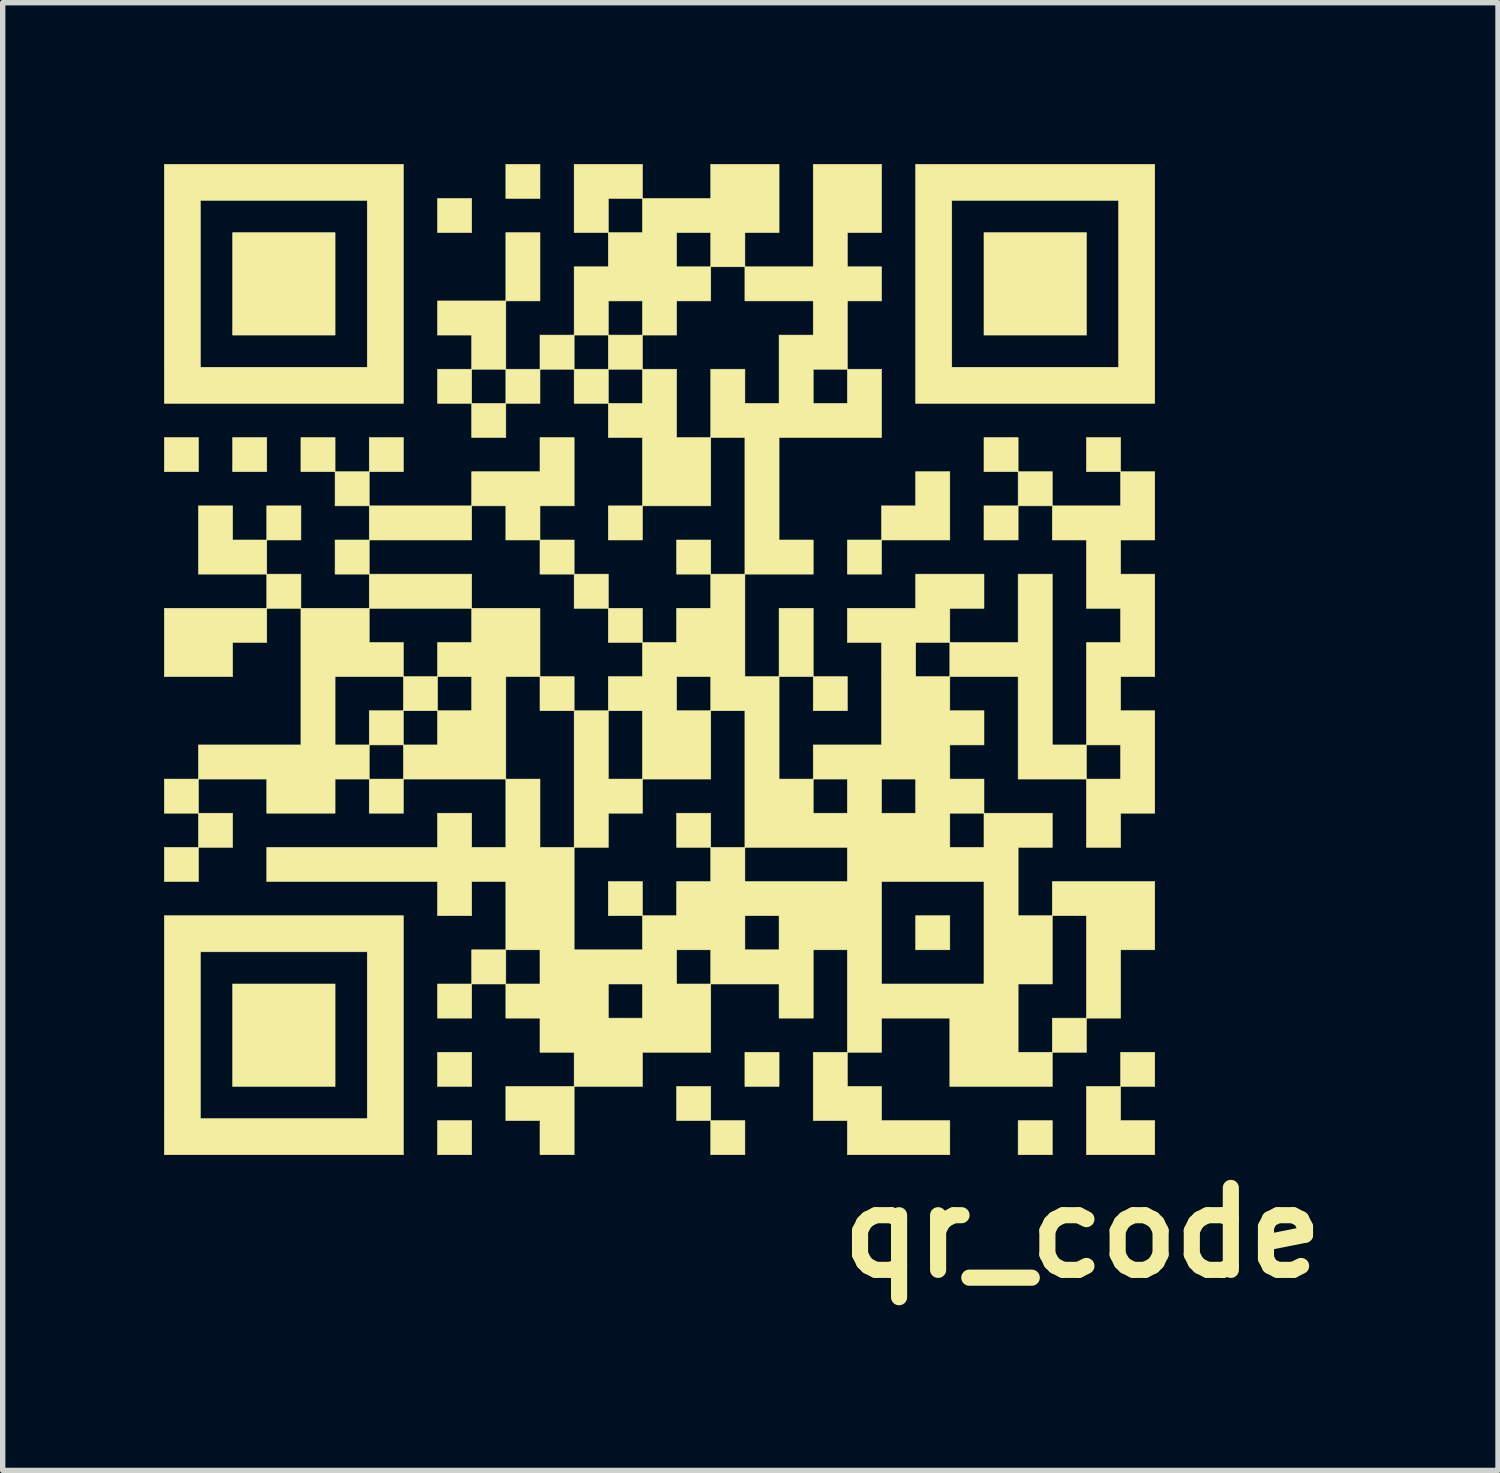
<source format=kicad_pcb>
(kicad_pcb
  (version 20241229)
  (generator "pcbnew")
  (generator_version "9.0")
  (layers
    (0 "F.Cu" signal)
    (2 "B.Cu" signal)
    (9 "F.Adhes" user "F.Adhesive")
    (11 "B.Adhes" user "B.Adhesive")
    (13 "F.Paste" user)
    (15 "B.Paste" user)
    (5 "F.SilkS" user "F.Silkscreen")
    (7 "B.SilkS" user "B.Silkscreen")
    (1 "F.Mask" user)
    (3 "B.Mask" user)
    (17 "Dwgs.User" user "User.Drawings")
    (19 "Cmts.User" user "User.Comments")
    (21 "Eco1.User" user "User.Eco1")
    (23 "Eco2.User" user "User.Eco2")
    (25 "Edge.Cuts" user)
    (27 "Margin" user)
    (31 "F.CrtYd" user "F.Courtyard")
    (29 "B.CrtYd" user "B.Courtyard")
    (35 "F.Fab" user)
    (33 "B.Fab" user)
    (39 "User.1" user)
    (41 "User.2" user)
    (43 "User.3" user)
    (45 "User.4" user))
  (footprint "qr_code"
    (layer "F.Cu")
    (at 9.203 9.203)
    (property "Reference" "qr_code" (at 7.874 10.668 0) (layer "F.SilkS") (effects (font (size 1.524 1.524) (thickness 0.3))))
    (attr through_hole)
    (fp_poly (pts (xy -9.198 2.867) (xy -9.198 2.232) (xy -8.563 2.232) (xy -8.563 2.867) (xy -9.198 2.867)) (stroke (width 0.01) (type solid)) (fill yes) (layer "F.SilkS"))
    (fp_poly (pts (xy -8.563 -3.483) (xy -9.198 -3.483) (xy -9.198 -4.118) (xy -8.563 -4.118) (xy -8.563 -3.483)) (stroke (width 0.01) (type solid)) (fill yes) (layer "F.SilkS"))
    (fp_poly (pts (xy -8.563 2.867) (xy -7.928 2.867) (xy -7.928 3.502) (xy -8.563 3.502) (xy -8.563 2.867)) (stroke (width 0.01) (type solid)) (fill yes) (layer "F.SilkS"))
    (fp_poly (pts (xy -8.563 4.137) (xy -9.198 4.137) (xy -9.198 3.502) (xy -8.563 3.502) (xy -8.563 4.137)) (stroke (width 0.01) (type solid)) (fill yes) (layer "F.SilkS"))
    (fp_poly (pts (xy -7.293 -3.483) (xy -7.928 -3.483) (xy -7.928 -4.118) (xy -7.293 -4.118) (xy -7.293 -3.483)) (stroke (width 0.01) (type solid)) (fill yes) (layer "F.SilkS"))
    (fp_poly (pts (xy -7.293 -2.848) (xy -6.658 -2.848) (xy -6.658 -2.213) (xy -7.293 -2.213) (xy -7.293 -2.848)) (stroke (width 0.01) (type solid)) (fill yes) (layer "F.SilkS"))
    (fp_poly (pts (xy -7.293 -1.578) (xy -6.658 -1.578) (xy -6.658 -0.943) (xy -7.293 -0.943) (xy -7.293 -1.578)) (stroke (width 0.01) (type solid)) (fill yes) (layer "F.SilkS"))
    (fp_poly (pts (xy -6.658 -3.483) (xy -6.658 -4.118) (xy -6.023 -4.118) (xy -6.023 -3.483) (xy -6.658 -3.483)) (stroke (width 0.01) (type solid)) (fill yes) (layer "F.SilkS"))
    (fp_poly (pts (xy -6.023 -6.023) (xy -7.928 -6.023) (xy -7.928 -7.928) (xy -6.023 -7.928) (xy -6.023 -6.023)) (stroke (width 0.01) (type solid)) (fill yes) (layer "F.SilkS"))
    (fp_poly (pts (xy -6.023 -1.578) (xy -6.023 -2.213) (xy -5.388 -2.213) (xy -5.388 -1.578) (xy -6.023 -1.578)) (stroke (width 0.01) (type solid)) (fill yes) (layer "F.SilkS"))
    (fp_poly (pts (xy -6.023 7.947) (xy -7.928 7.947) (xy -7.928 6.042) (xy -6.023 6.042) (xy -6.023 7.947)) (stroke (width 0.01) (type solid)) (fill yes) (layer "F.SilkS"))
    (fp_poly (pts (xy -5.388 -4.118) (xy -4.753 -4.118) (xy -4.753 -3.483) (xy -5.388 -3.483) (xy -5.388 -4.118)) (stroke (width 0.01) (type solid)) (fill yes) (layer "F.SilkS"))
    (fp_poly (pts (xy -5.388 -3.483) (xy -5.388 -2.848) (xy -6.023 -2.848) (xy -6.023 -3.483) (xy -5.388 -3.483)) (stroke (width 0.01) (type solid)) (fill yes) (layer "F.SilkS"))
    (fp_poly (pts (xy -5.388 -2.848) (xy -3.483 -2.848) (xy -3.483 -2.213) (xy -5.388 -2.213) (xy -5.388 -2.848)) (stroke (width 0.01) (type solid)) (fill yes) (layer "F.SilkS"))
    (fp_poly (pts (xy -5.388 -1.578) (xy -3.483 -1.578) (xy -3.483 -0.943) (xy -5.388 -0.943) (xy -5.388 -1.578)) (stroke (width 0.01) (type solid)) (fill yes) (layer "F.SilkS"))
    (fp_poly (pts (xy -4.753 0.327) (xy -4.118 0.327) (xy -4.118 0.962) (xy -4.753 0.962) (xy -4.753 0.327)) (stroke (width 0.01) (type solid)) (fill yes) (layer "F.SilkS"))
    (fp_poly (pts (xy -4.753 1.597) (xy -5.388 1.597) (xy -5.388 0.962) (xy -4.753 0.962) (xy -4.753 1.597)) (stroke (width 0.01) (type solid)) (fill yes) (layer "F.SilkS"))
    (fp_poly (pts (xy -4.753 2.867) (xy -5.388 2.867) (xy -5.388 2.232) (xy -4.753 2.232) (xy -4.753 2.867)) (stroke (width 0.01) (type solid)) (fill yes) (layer "F.SilkS"))
    (fp_poly (pts (xy -3.483 -7.928) (xy -4.118 -7.928) (xy -4.118 -8.563) (xy -3.483 -8.563) (xy -3.483 -7.928)) (stroke (width 0.01) (type solid)) (fill yes) (layer "F.SilkS"))
    (fp_poly (pts (xy -3.483 6.677) (xy -4.118 6.677) (xy -4.118 6.042) (xy -3.483 6.042) (xy -3.483 6.677)) (stroke (width 0.01) (type solid)) (fill yes) (layer "F.SilkS"))
    (fp_poly (pts (xy -3.483 7.947) (xy -4.118 7.947) (xy -4.118 7.312) (xy -3.483 7.312) (xy -3.483 7.947)) (stroke (width 0.01) (type solid)) (fill yes) (layer "F.SilkS"))
    (fp_poly (pts (xy -3.483 9.217) (xy -4.118 9.217) (xy -4.118 8.582) (xy -3.483 8.582) (xy -3.483 9.217)) (stroke (width 0.01) (type solid)) (fill yes) (layer "F.SilkS"))
    (fp_poly (pts (xy -2.848 -7.928) (xy -2.213 -7.928) (xy -2.213 -6.658) (xy -2.848 -6.658) (xy -2.848 -7.928)) (stroke (width 0.01) (type solid)) (fill yes) (layer "F.SilkS"))
    (fp_poly (pts (xy -2.213 -8.563) (xy -2.848 -8.563) (xy -2.848 -9.198) (xy -2.213 -9.198) (xy -2.213 -8.563)) (stroke (width 0.01) (type solid)) (fill yes) (layer "F.SilkS"))
    (fp_poly (pts (xy -2.213 -6.023) (xy -1.578 -6.023) (xy -1.578 -5.388) (xy -2.213 -5.388) (xy -2.213 -6.023)) (stroke (width 0.01) (type solid)) (fill yes) (layer "F.SilkS"))
    (fp_poly (pts (xy -2.213 0.962) (xy -2.213 0.327) (xy -1.578 0.327) (xy -1.578 0.962) (xy -2.213 0.962)) (stroke (width 0.01) (type solid)) (fill yes) (layer "F.SilkS"))
    (fp_poly (pts (xy -1.578 -4.753) (xy -1.578 -5.388) (xy -0.943 -5.388) (xy -0.943 -4.753) (xy -1.578 -4.753)) (stroke (width 0.01) (type solid)) (fill yes) (layer "F.SilkS"))
    (fp_poly (pts (xy -1.578 -2.213) (xy -1.578 -1.578) (xy -2.213 -1.578) (xy -2.213 -2.213) (xy -1.578 -2.213)) (stroke (width 0.01) (type solid)) (fill yes) (layer "F.SilkS"))
    (fp_poly (pts (xy -0.943 -1.578) (xy -0.943 -0.943) (xy -1.578 -0.943) (xy -1.578 -1.578) (xy -0.943 -1.578)) (stroke (width 0.01) (type solid)) (fill yes) (layer "F.SilkS"))
    (fp_poly (pts (xy -0.308 -5.388) (xy -0.943 -5.388) (xy -0.943 -6.023) (xy -0.308 -6.023) (xy -0.308 -5.388)) (stroke (width 0.01) (type solid)) (fill yes) (layer "F.SilkS"))
    (fp_poly (pts (xy -0.308 -2.213) (xy -0.943 -2.213) (xy -0.943 -2.848) (xy -0.308 -2.848) (xy -0.308 -2.213)) (stroke (width 0.01) (type solid)) (fill yes) (layer "F.SilkS"))
    (fp_poly (pts (xy -0.308 -0.943) (xy -0.308 -0.308) (xy -0.943 -0.308) (xy -0.943 -0.943) (xy -0.308 -0.943)) (stroke (width 0.01) (type solid)) (fill yes) (layer "F.SilkS"))
    (fp_poly (pts (xy -0.308 4.772) (xy -0.943 4.772) (xy -0.943 4.137) (xy -0.308 4.137) (xy -0.308 4.772)) (stroke (width 0.01) (type solid)) (fill yes) (layer "F.SilkS"))
    (fp_poly (pts (xy 0.327 -1.578) (xy 0.327 -2.213) (xy 0.962 -2.213) (xy 0.962 -1.578) (xy 0.327 -1.578)) (stroke (width 0.01) (type solid)) (fill yes) (layer "F.SilkS"))
    (fp_poly (pts (xy 0.327 8.582) (xy 0.327 7.947) (xy 0.962 7.947) (xy 0.962 8.582) (xy 0.327 8.582)) (stroke (width 0.01) (type solid)) (fill yes) (layer "F.SilkS"))
    (fp_poly (pts (xy 0.962 3.502) (xy 0.327 3.502) (xy 0.327 2.867) (xy 0.962 2.867) (xy 0.962 3.502)) (stroke (width 0.01) (type solid)) (fill yes) (layer "F.SilkS"))
    (fp_poly (pts (xy 1.597 8.582) (xy 1.597 9.217) (xy 0.962 9.217) (xy 0.962 8.582) (xy 1.597 8.582)) (stroke (width 0.01) (type solid)) (fill yes) (layer "F.SilkS"))
    (fp_poly (pts (xy 2.232 -0.943) (xy 2.867 -0.943) (xy 2.867 0.327) (xy 2.232 0.327) (xy 2.232 -0.943)) (stroke (width 0.01) (type solid)) (fill yes) (layer "F.SilkS"))
    (fp_poly (pts (xy 2.232 7.947) (xy 1.597 7.947) (xy 1.597 7.312) (xy 2.232 7.312) (xy 2.232 7.947)) (stroke (width 0.01) (type solid)) (fill yes) (layer "F.SilkS"))
    (fp_poly (pts (xy 3.502 0.962) (xy 2.867 0.962) (xy 2.867 0.327) (xy 3.502 0.327) (xy 3.502 0.962)) (stroke (width 0.01) (type solid)) (fill yes) (layer "F.SilkS"))
    (fp_poly (pts (xy 4.137 -1.578) (xy 3.502 -1.578) (xy 3.502 -2.213) (xy 4.137 -2.213) (xy 4.137 -1.578)) (stroke (width 0.01) (type solid)) (fill yes) (layer "F.SilkS"))
    (fp_poly (pts (xy 5.407 5.407) (xy 4.772 5.407) (xy 4.772 4.772) (xy 5.407 4.772) (xy 5.407 5.407)) (stroke (width 0.01) (type solid)) (fill yes) (layer "F.SilkS"))
    (fp_poly (pts (xy 6.042 -3.483) (xy 6.042 -4.118) (xy 6.677 -4.118) (xy 6.677 -3.483) (xy 6.042 -3.483)) (stroke (width 0.01) (type solid)) (fill yes) (layer "F.SilkS"))
    (fp_poly (pts (xy 6.677 -3.483) (xy 7.312 -3.483) (xy 7.312 -2.848) (xy 6.677 -2.848) (xy 6.677 -3.483)) (stroke (width 0.01) (type solid)) (fill yes) (layer "F.SilkS"))
    (fp_poly (pts (xy 6.677 -2.213) (xy 6.042 -2.213) (xy 6.042 -2.848) (xy 6.677 -2.848) (xy 6.677 -2.213)) (stroke (width 0.01) (type solid)) (fill yes) (layer "F.SilkS"))
    (fp_poly (pts (xy 7.312 9.217) (xy 6.677 9.217) (xy 6.677 8.582) (xy 7.312 8.582) (xy 7.312 9.217)) (stroke (width 0.01) (type solid)) (fill yes) (layer "F.SilkS"))
    (fp_poly (pts (xy 7.947 -6.023) (xy 6.042 -6.023) (xy 6.042 -7.928) (xy 7.947 -7.928) (xy 7.947 -6.023)) (stroke (width 0.01) (type solid)) (fill yes) (layer "F.SilkS"))
    (fp_poly (pts (xy 7.947 -3.483) (xy 7.947 -4.118) (xy 8.582 -4.118) (xy 8.582 -3.483) (xy 7.947 -3.483)) (stroke (width 0.01) (type solid)) (fill yes) (layer "F.SilkS"))
    (fp_poly (pts (xy 8.582 7.312) (xy 9.217 7.312) (xy 9.217 7.947) (xy 8.582 7.947) (xy 8.582 7.312)) (stroke (width 0.01) (type solid)) (fill yes) (layer "F.SilkS"))
    (fp_poly (pts (xy -7.293 -1.578) (xy -8.563 -1.578) (xy -8.563 -2.848) (xy -7.928 -2.848) (xy -7.928 -2.213) (xy -7.293 -2.213) (xy -7.293 -1.578)) (stroke (width 0.01) (type solid)) (fill yes) (layer "F.SilkS"))
    (fp_poly (pts (xy -7.293 -0.308) (xy -7.928 -0.308) (xy -7.928 0.327) (xy -9.198 0.327) (xy -9.198 -0.943) (xy -7.293 -0.943) (xy -7.293 -0.308)) (stroke (width 0.01) (type solid)) (fill yes) (layer "F.SilkS"))
    (fp_poly (pts (xy -1.578 9.217) (xy -2.213 9.217) (xy -2.213 8.582) (xy -2.848 8.582) (xy -2.848 7.947) (xy -1.578 7.947) (xy -1.578 9.217)) (stroke (width 0.01) (type solid)) (fill yes) (layer "F.SilkS"))
    (fp_poly (pts (xy 4.137 -2.848) (xy 4.772 -2.848) (xy 4.772 -3.483) (xy 5.407 -3.483) (xy 5.407 -2.213) (xy 4.137 -2.213) (xy 4.137 -2.848)) (stroke (width 0.01) (type solid)) (fill yes) (layer "F.SilkS"))
    (fp_poly (pts (xy 8.582 8.582) (xy 9.217 8.582) (xy 9.217 9.217) (xy 7.947 9.217) (xy 7.947 7.947) (xy 8.582 7.947) (xy 8.582 8.582)) (stroke (width 0.01) (type solid)) (fill yes) (layer "F.SilkS"))
    (fp_poly (pts (xy -0.943 0.962) (xy -0.943 2.232) (xy -0.308 2.232) (xy -0.308 2.867) (xy -0.943 2.867) (xy -0.943 3.502) (xy -1.578 3.502) (xy -1.578 0.962) (xy -0.943 0.962)) (stroke (width 0.01) (type solid)) (fill yes) (layer "F.SilkS"))
    (fp_poly (pts (xy -3.483 -3.483) (xy -2.213 -3.483) (xy -2.213 -4.118) (xy -1.578 -4.118) (xy -1.578 -2.848) (xy -2.213 -2.848) (xy -2.213 -2.213) (xy -2.848 -2.213) (xy -2.848 -2.848) (xy -3.483 -2.848) (xy -3.483 -3.483)) (stroke (width 0.01) (type solid)) (fill yes) (layer "F.SilkS"))
    (fp_poly (pts (xy -0.308 -4.118) (xy -0.943 -4.118) (xy -0.943 -4.753) (xy -0.308 -4.753) (xy -0.308 -5.388) (xy 0.327 -5.388) (xy 0.327 -4.118) (xy 0.962 -4.118) (xy 0.962 -2.848) (xy -0.308 -2.848) (xy -0.308 -4.118)) (stroke (width 0.01) (type solid)) (fill yes) (layer "F.SilkS"))
    (fp_poly (pts (xy 3.502 7.947) (xy 4.137 7.947) (xy 4.137 8.582) (xy 5.407 8.582) (xy 5.407 9.217) (xy 3.502 9.217) (xy 3.502 8.582) (xy 2.867 8.582) (xy 2.867 7.312) (xy 3.502 7.312) (xy 3.502 7.947)) (stroke (width 0.01) (type solid)) (fill yes) (layer "F.SilkS"))
    (fp_poly (pts (xy -4.753 -4.753) (xy -9.198 -4.753) (xy -9.198 -8.527) (xy -8.527 -8.527) (xy -8.527 -5.425) (xy -5.425 -5.425) (xy -5.425 -8.527) (xy -8.527 -8.527) (xy -9.198 -8.527) (xy -9.198 -9.198) (xy -4.753 -9.198) (xy -4.753 -4.753)) (stroke (width 0.01) (type solid)) (fill yes) (layer "F.SilkS"))
    (fp_poly (pts (xy -4.753 9.217) (xy -9.198 9.217) (xy -9.198 5.443) (xy -8.527 5.443) (xy -8.527 8.545) (xy -5.425 8.545) (xy -5.425 5.443) (xy -8.527 5.443) (xy -9.198 5.443) (xy -9.198 4.772) (xy -4.753 4.772) (xy -4.753 9.217)) (stroke (width 0.01) (type solid)) (fill yes) (layer "F.SilkS"))
    (fp_poly (pts (xy 9.217 -4.753) (xy 4.772 -4.753) (xy 4.772 -8.527) (xy 5.443 -8.527) (xy 5.443 -5.425) (xy 8.545 -5.425) (xy 8.545 -8.527) (xy 5.443 -8.527) (xy 4.772 -8.527) (xy 4.772 -9.198) (xy 9.217 -9.198) (xy 9.217 -4.753)) (stroke (width 0.01) (type solid)) (fill yes) (layer "F.SilkS"))
    (fp_poly (pts (xy -4.753 1.597) (xy -4.118 1.597) (xy -4.118 0.962) (xy -3.483 0.962) (xy -3.483 0.327) (xy -4.118 0.327) (xy -4.118 -0.308) (xy -3.483 -0.308) (xy -3.483 -0.943) (xy -2.213 -0.943) (xy -2.213 0.327) (xy -2.848 0.327) (xy -2.848 2.232) (xy -4.753 2.232) (xy -4.753 1.597)) (stroke (width 0.01) (type solid)) (fill yes) (layer "F.SilkS"))
    (fp_poly (pts (xy -6.023 2.232) (xy -6.023 2.867) (xy -7.293 2.867) (xy -7.293 2.232) (xy -8.563 2.232) (xy -8.563 1.597) (xy -6.658 1.597) (xy -6.658 -0.943) (xy -5.388 -0.943) (xy -5.388 -0.308) (xy -4.753 -0.308) (xy -4.753 0.327) (xy -6.023 0.327) (xy -6.023 1.597) (xy -5.388 1.597) (xy -5.388 2.232) (xy -6.023 2.232)) (stroke (width 0.01) (type solid)) (fill yes) (layer "F.SilkS"))
    (fp_poly (pts (xy -2.848 -5.388) (xy -2.213 -5.388) (xy -2.213 -4.753) (xy -2.848 -4.753) (xy -2.848 -4.118) (xy -3.483 -4.118) (xy -3.483 -4.753) (xy -4.118 -4.753) (xy -4.118 -5.388) (xy -3.483 -5.388) (xy -3.483 -4.753) (xy -2.848 -4.753) (xy -2.848 -5.388) (xy -3.483 -5.388) (xy -3.483 -6.023) (xy -4.118 -6.023) (xy -4.118 -6.658) (xy -2.848 -6.658) (xy -2.848 -5.388)) (stroke (width 0.01) (type solid)) (fill yes) (layer "F.SilkS"))
    (fp_poly (pts (xy 0.962 -7.293) (xy 0.962 -6.658) (xy 0.327 -6.658) (xy 0.327 -6.023) (xy -0.308 -6.023) (xy -0.308 -6.658) (xy -0.943 -6.658) (xy -0.943 -6.023) (xy -1.578 -6.023) (xy -1.578 -7.293) (xy -0.943 -7.293) (xy -0.943 -7.928) (xy -1.578 -7.928) (xy -1.578 -8.563) (xy -0.943 -8.563) (xy -0.943 -7.928) (xy -0.308 -7.928) (xy 0.327 -7.928) (xy 0.327 -7.293) (xy 0.962 -7.293) (xy 0.962 -7.928) (xy 0.327 -7.928) (xy -0.308 -7.928) (xy -0.308 -8.563) (xy -0.943 -8.563) (xy -1.578 -8.563) (xy -1.578 -9.198) (xy -0.308 -9.198) (xy -0.308 -8.563) (xy 0.962 -8.563) (xy 0.962 -9.198) (xy 2.232 -9.198) (xy 2.232 -7.928) (xy 1.597 -7.928) (xy 1.597 -7.293) (xy 0.962 -7.293)) (stroke (width 0.01) (type solid)) (fill yes) (layer "F.SilkS"))
    (fp_poly (pts (xy 4.137 -5.388) (xy 4.137 -4.118) (xy 2.232 -4.118) (xy 2.232 -2.213) (xy 2.867 -2.213) (xy 2.867 -1.578) (xy 1.597 -1.578) (xy 1.597 -4.118) (xy 0.962 -4.118) (xy 0.962 -5.388) (xy 1.597 -5.388) (xy 1.597 -4.753) (xy 2.232 -4.753) (xy 2.232 -5.388) (xy 2.867 -5.388) (xy 2.867 -4.753) (xy 3.502 -4.753) (xy 3.502 -5.388) (xy 2.867 -5.388) (xy 2.232 -5.388) (xy 2.232 -6.023) (xy 2.867 -6.023) (xy 2.867 -6.658) (xy 1.597 -6.658) (xy 1.597 -7.293) (xy 2.867 -7.293) (xy 2.867 -9.198) (xy 4.137 -9.198) (xy 4.137 -7.928) (xy 3.502 -7.928) (xy 3.502 -7.293) (xy 4.137 -7.293) (xy 4.137 -6.658) (xy 3.502 -6.658) (xy 3.502 -5.388) (xy 4.137 -5.388)) (stroke (width 0.01) (type solid)) (fill yes) (layer "F.SilkS"))
    (fp_poly (pts (xy 2.232 2.232) (xy 2.867 2.232) (xy 2.867 2.867) (xy 3.502 2.867) (xy 3.502 2.232) (xy 4.137 2.232) (xy 4.137 2.867) (xy 4.772 2.867) (xy 5.407 2.867) (xy 5.407 3.502) (xy 6.042 3.502) (xy 6.042 2.867) (xy 5.407 2.867) (xy 4.772 2.867) (xy 4.772 2.232) (xy 4.137 2.232) (xy 3.502 2.232) (xy 2.867 2.232) (xy 2.867 1.597) (xy 4.137 1.597) (xy 4.137 -0.308) (xy 4.772 -0.308) (xy 4.772 0.327) (xy 5.407 0.327) (xy 5.407 -0.308) (xy 4.772 -0.308) (xy 4.137 -0.308) (xy 3.502 -0.308) (xy 3.502 -0.943) (xy 4.772 -0.943) (xy 4.772 -1.578) (xy 6.042 -1.578) (xy 6.042 -0.943) (xy 5.407 -0.943) (xy 5.407 -0.308) (xy 6.677 -0.308) (xy 6.677 -1.578) (xy 7.312 -1.578) (xy 7.312 1.597) (xy 7.947 1.597) (xy 7.947 2.232) (xy 8.582 2.232) (xy 8.582 1.597) (xy 7.947 1.597) (xy 7.947 -0.308) (xy 8.582 -0.308) (xy 8.582 -0.943) (xy 7.947 -0.943) (xy 7.947 -2.213) (xy 7.312 -2.213) (xy 7.312 -2.848) (xy 8.582 -2.848) (xy 8.582 -3.483) (xy 9.217 -3.483) (xy 9.217 -2.213) (xy 8.582 -2.213) (xy 8.582 -1.578) (xy 9.217 -1.578) (xy 9.217 0.327) (xy 8.582 0.327) (xy 8.582 0.962) (xy 9.217 0.962) (xy 9.217 2.867) (xy 8.582 2.867) (xy 8.582 3.502) (xy 7.947 3.502) (xy 7.947 2.232) (xy 6.677 2.232) (xy 6.677 0.327) (xy 5.407 0.327) (xy 5.407 0.962) (xy 6.042 0.962) (xy 6.042 1.597) (xy 5.407 1.597) (xy 5.407 2.232) (xy 6.042 2.232) (xy 6.042 2.867) (xy 7.312 2.867) (xy 7.312 3.502) (xy 6.677 3.502) (xy 6.677 4.772) (xy 7.312 4.772) (xy 7.312 4.137) (xy 9.217 4.137) (xy 9.217 5.407) (xy 8.582 5.407) (xy 8.582 6.677) (xy 7.947 6.677) (xy 7.947 7.312) (xy 7.312 7.312) (xy 7.312 7.947) (xy 5.407 7.947) (xy 5.407 6.677) (xy 4.137 6.677) (xy 4.137 7.312) (xy 3.502 7.312) (xy 3.502 5.407) (xy 2.867 5.407) (xy 2.867 6.677) (xy 2.232 6.677) (xy 2.232 6.042) (xy 0.962 6.042) (xy 0.962 7.312) (xy -0.308 7.312) (xy -0.308 7.947) (xy -1.578 7.947) (xy -1.578 7.312) (xy -2.213 7.312) (xy -2.213 6.677) (xy -2.848 6.677) (xy -2.848 6.042) (xy -3.483 6.042) (xy -3.483 5.407) (xy -2.848 5.407) (xy -2.848 6.042) (xy -2.213 6.042) (xy -0.943 6.042) (xy -0.943 6.677) (xy -0.308 6.677) (xy -0.308 6.042) (xy -0.943 6.042) (xy -2.213 6.042) (xy -2.213 5.407) (xy -2.848 5.407) (xy -2.848 4.137) (xy -3.483 4.137) (xy -3.483 4.772) (xy -4.118 4.772) (xy -4.118 4.137) (xy -7.293 4.137) (xy -7.293 3.502) (xy -4.118 3.502) (xy -4.118 2.867) (xy -3.483 2.867) (xy -3.483 3.502) (xy -2.848 3.502) (xy -2.848 2.232) (xy -2.213 2.232) (xy -2.213 3.502) (xy -1.578 3.502) (xy -1.578 5.407) (xy -0.308 5.407) (xy 0.327 5.407) (xy 0.327 6.042) (xy 0.962 6.042) (xy 0.962 5.407) (xy 0.327 5.407) (xy -0.308 5.407) (xy -0.308 4.772) (xy 0.327 4.772) (xy 1.597 4.772) (xy 1.597 5.407) (xy 2.232 5.407) (xy 2.232 4.772) (xy 1.597 4.772) (xy 0.327 4.772) (xy 0.327 4.137) (xy 0.962 4.137) (xy 0.962 3.502) (xy 1.597 3.502) (xy 1.597 4.137) (xy 3.502 4.137) (xy 4.137 4.137) (xy 4.137 6.042) (xy 6.042 6.042) (xy 6.677 6.042) (xy 6.677 7.312) (xy 7.312 7.312) (xy 7.312 6.677) (xy 7.947 6.677) (xy 7.947 4.772) (xy 7.312 4.772) (xy 7.312 6.042) (xy 6.677 6.042) (xy 6.042 6.042) (xy 6.042 4.137) (xy 4.137 4.137) (xy 3.502 4.137) (xy 3.502 3.502) (xy 1.597 3.502) (xy 1.597 0.962) (xy 0.962 0.962) (xy 0.962 2.232) (xy -0.308 2.232) (xy -0.308 0.962) (xy -0.943 0.962) (xy -0.943 0.327) (xy -0.308 0.327) (xy 0.327 0.327) (xy 0.327 0.962) (xy 0.962 0.962) (xy 0.962 0.327) (xy 0.327 0.327) (xy -0.308 0.327) (xy -0.308 -0.308) (xy 0.327 -0.308) (xy 0.327 -0.943) (xy 0.962 -0.943) (xy 0.962 -1.578) (xy 1.597 -1.578) (xy 1.597 0.327) (xy 2.232 0.327) (xy 2.232 2.232)) (stroke (width 0.01) (type solid)) (fill yes) (layer "F.SilkS")))
  (gr_rect
    (start -3 -3)
    (end 24.802 24.289)
    (stroke (width 0.1) (type default))
    (fill no)
    (layer "Edge.Cuts")))
</source>
